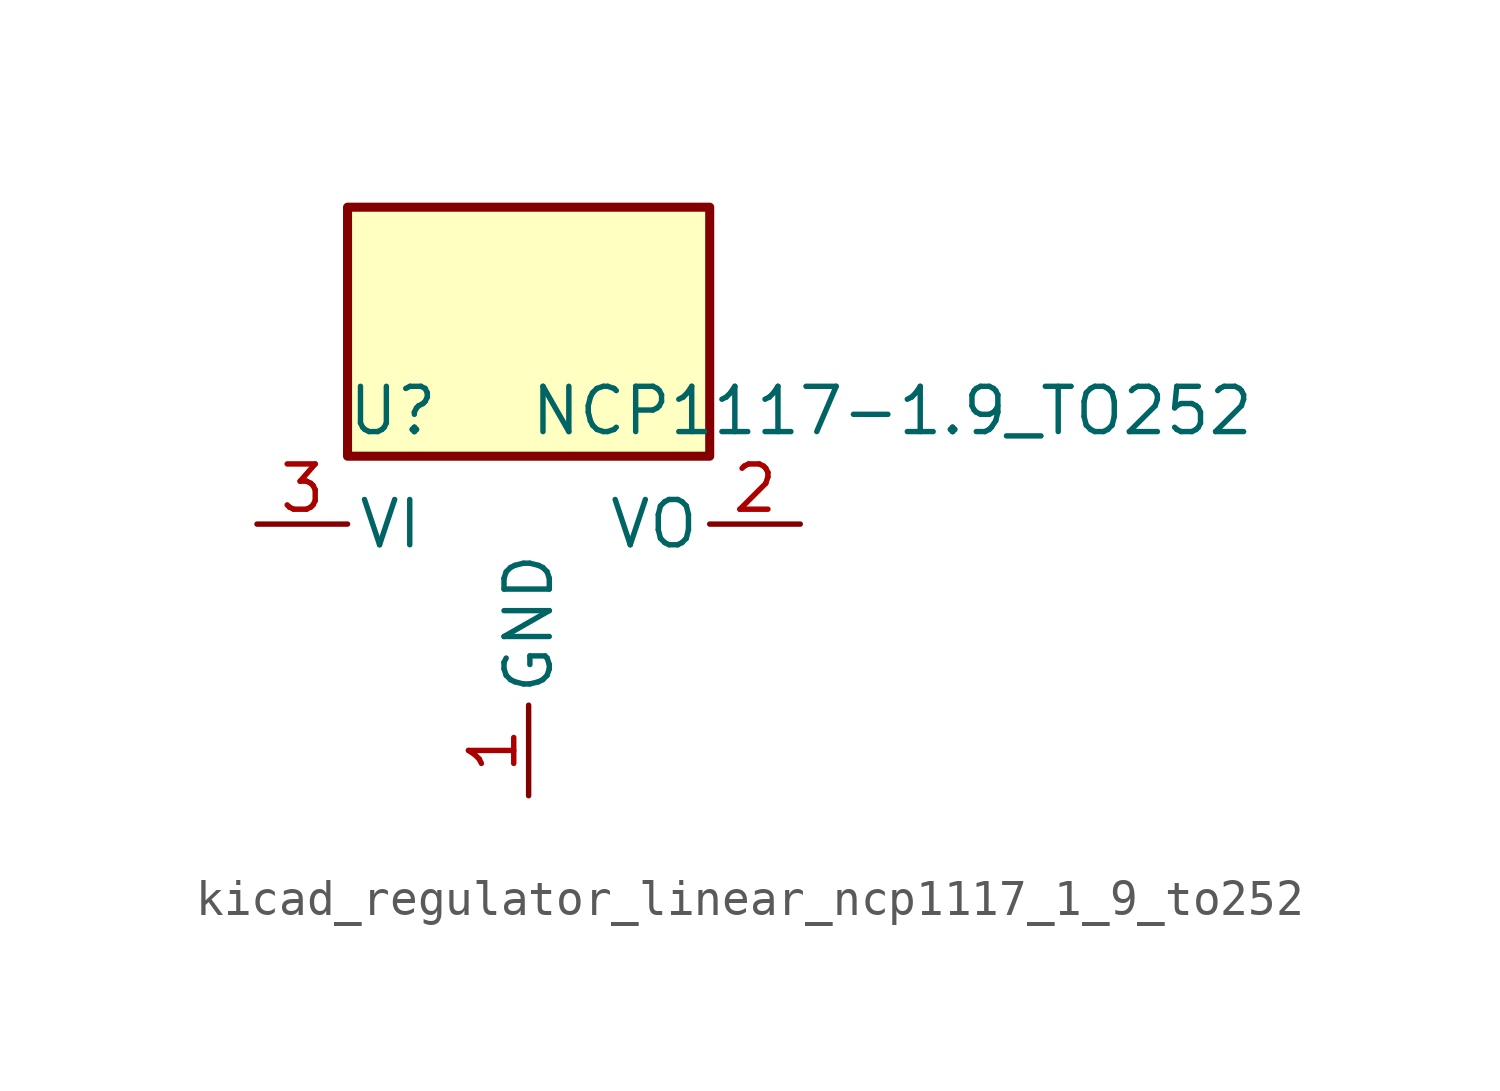
<source format=kicad_sym>
(kicad_symbol_lib
  (version 20220914)
  (generator kicad_symbol_editor)
  (symbol "kicad_regulator_linear_ncp1117_1_9_to252"
    (pin_names
      (offset 0.254))
    (property "Reference" "U"
      (at -3.81 3.175 0)
      (effects (font (size 1.27 1.27))))
    (property "Value" "NCP1117-1.9_TO252"
      (at 0 3.175 0)
      (effects (font (size 1.27 1.27)) (justify left)))
    (symbol "kicad_regulator_linear_ncp1117_1_9_to252_0_1"
      (rectangle (start 5.08 8.89) (end -5.08 1.905) (stroke (width 0.254) (type default)) (fill (type background))))
    (symbol "kicad_regulator_linear_ncp1117_1_9_to252_1_1"
      (pin power_in line (at 0 -7.62 90) (length 2.54) (name "GND" (effects (font (size 1.27 1.27)))) (number "1" (effects (font (size 1.27 1.27)))))
      (pin power_out line (at 7.62 0 180) (length 2.54) (name "VO" (effects (font (size 1.27 1.27)))) (number "2" (effects (font (size 1.27 1.27)))))
      (pin power_in line (at -7.62 0 0) (length 2.54) (name "VI" (effects (font (size 1.27 1.27)))) (number "3" (effects (font (size 1.27 1.27))))))))
</source>
